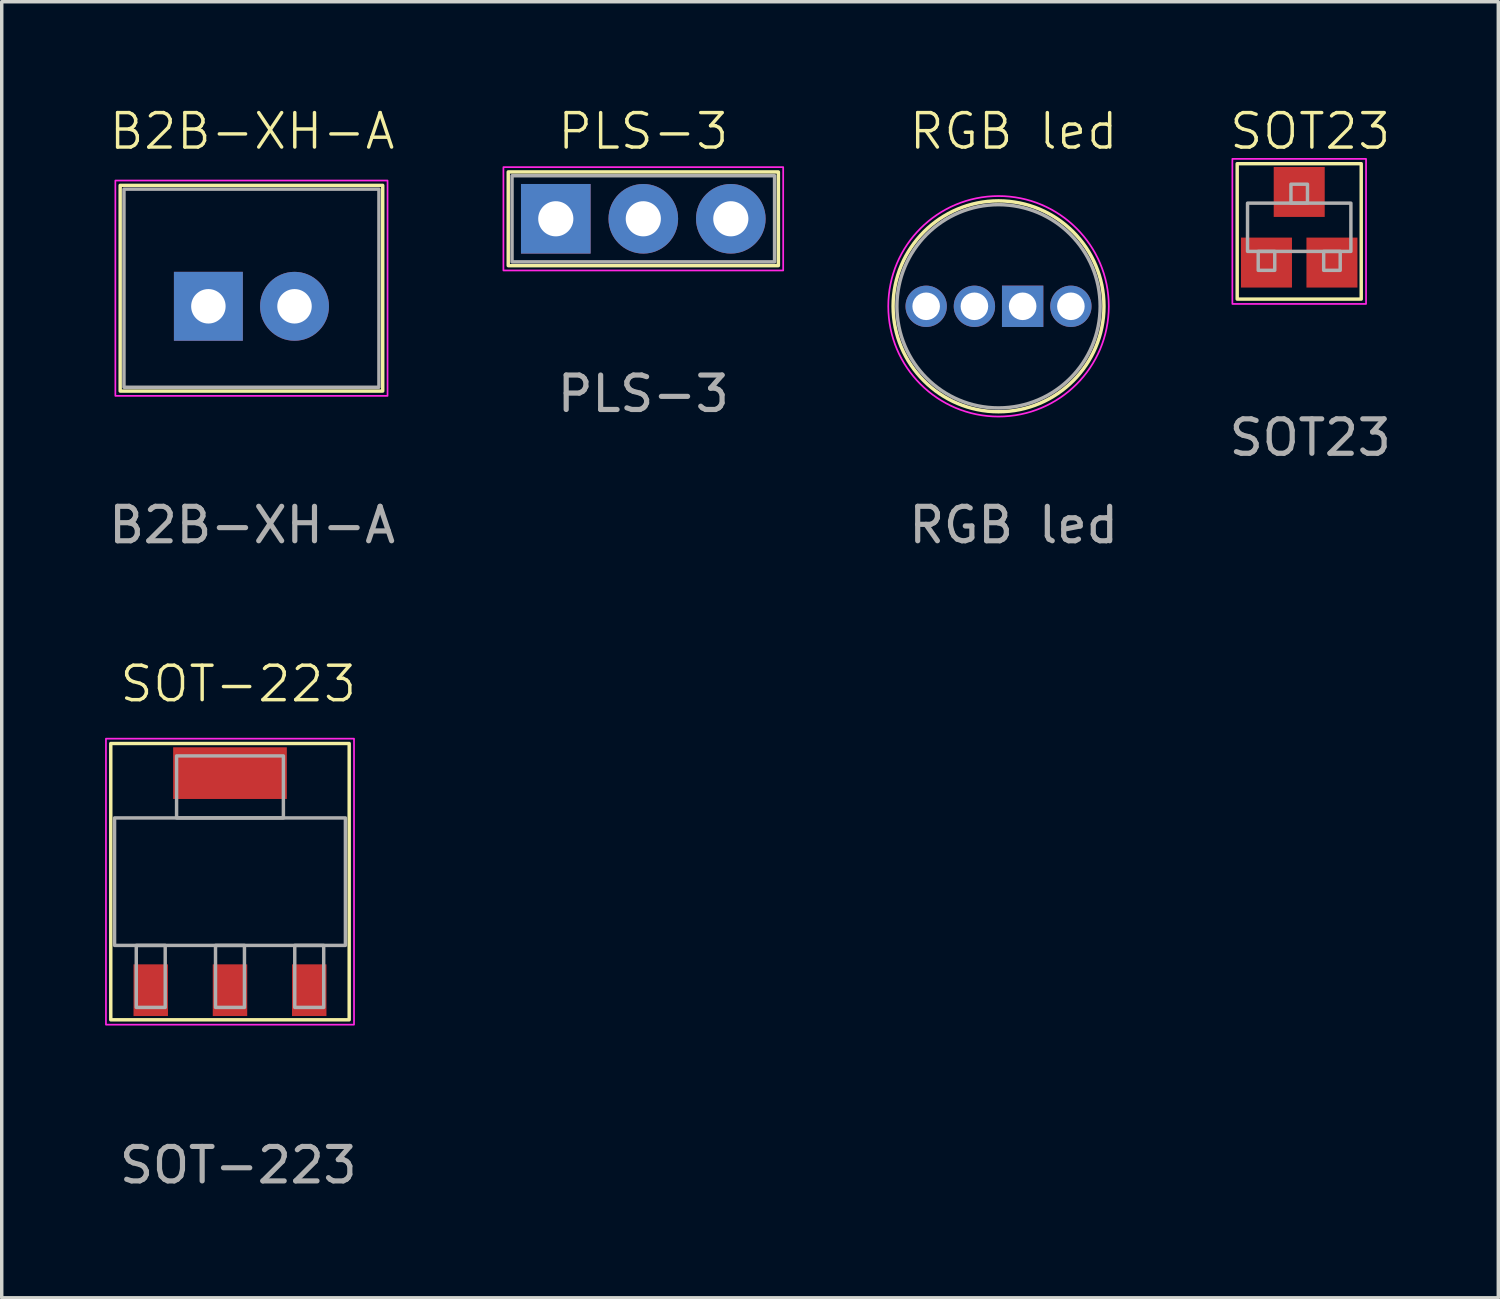
<source format=kicad_pcb>
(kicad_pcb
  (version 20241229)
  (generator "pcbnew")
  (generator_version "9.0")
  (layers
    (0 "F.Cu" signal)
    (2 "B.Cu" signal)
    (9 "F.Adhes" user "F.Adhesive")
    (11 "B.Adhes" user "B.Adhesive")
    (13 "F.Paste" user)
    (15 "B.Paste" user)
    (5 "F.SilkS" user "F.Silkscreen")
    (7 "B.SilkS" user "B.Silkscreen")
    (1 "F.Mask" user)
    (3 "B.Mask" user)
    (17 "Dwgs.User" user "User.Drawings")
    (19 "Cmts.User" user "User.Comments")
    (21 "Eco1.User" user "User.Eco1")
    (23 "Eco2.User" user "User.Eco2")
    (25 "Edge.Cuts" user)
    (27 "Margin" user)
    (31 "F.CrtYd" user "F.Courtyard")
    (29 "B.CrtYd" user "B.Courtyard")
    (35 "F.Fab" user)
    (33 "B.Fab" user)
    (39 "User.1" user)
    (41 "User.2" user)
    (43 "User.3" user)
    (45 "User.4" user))
  (footprint "B2B-XH-A"
    (layer "F.Cu")
    (at 2.998 5.84)
    (property "Reference" "B2B-XH-A" (at 1.27 -5.08 0) (unlocked yes) (layer "F.SilkS") (effects (font (size 1 1) (thickness 0.1))))
    (attr through_hole)
    (fp_rect (start -2.56 -3.51) (end 5.06 2.46) (stroke (width 0.1) (type solid)) (fill no) (layer "F.SilkS"))
    (fp_rect (start -2.7 -3.65) (end 5.2 2.6) (stroke (width 0.05) (type solid)) (fill no) (layer "F.CrtYd"))
    (fp_rect (start -2.45 -3.4) (end 4.95 2.35) (stroke (width 0.1) (type solid)) (fill no) (layer "F.Fab"))
    (fp_text user "${REFERENCE}" (at 1.27 6.35 0) (unlocked yes) (layer "F.Fab") (effects (font (size 1 1) (thickness 0.15))))
    (pad "1" thru_hole rect (at 0 0) (size 2 2) (drill 1) (layers "*.Cu" "*.Mask"))
    (pad "2" thru_hole circle (at 2.5 0) (size 2 2) (drill 1) (layers "*.Cu" "*.Mask")))
  (footprint "SOT-223"
    (layer "F.Cu")
    (at 1.325 25.689)
    (property "Reference" "SOT-223" (at 2.54 -8.89 0) (unlocked yes) (layer "F.SilkS") (effects (font (size 1 1) (thickness 0.1))))
    (attr smd)
    (fp_rect (start -1.16 -7.16) (end 5.76 0.86) (stroke (width 0.1) (type default)) (fill no) (layer "F.SilkS"))
    (fp_rect (start -1.3 -7.3) (end 5.9 1) (stroke (width 0.05) (type solid)) (fill no) (layer "F.CrtYd"))
    (fp_rect (start -1.05 -5) (end 5.65 -1.3) (stroke (width 0.1) (type solid)) (fill no) (layer "F.Fab"))
    (fp_rect (start -0.42 -1.3) (end 0.42 0.5) (stroke (width 0.1) (type solid)) (fill no) (layer "F.Fab"))
    (fp_rect (start 0.75 -6.8) (end 3.85 -5) (stroke (width 0.1) (type solid)) (fill no) (layer "F.Fab"))
    (fp_rect (start 1.88 -1.3) (end 2.72 0.5) (stroke (width 0.1) (type solid)) (fill no) (layer "F.Fab"))
    (fp_rect (start 4.18 -1.3) (end 5.02 0.5) (stroke (width 0.1) (type solid)) (fill no) (layer "F.Fab"))
    (fp_text user "${REFERENCE}" (at 2.54 5.08 0) (unlocked yes) (layer "F.Fab") (effects (font (size 1 1) (thickness 0.15))))
    (pad "1" smd rect (at 0 0) (size 1 1.5) (layers "F.Cu" "F.Mask" "F.Paste"))
    (pad "2" smd rect (at 2.3 0) (size 1 1.5) (layers "F.Cu" "F.Mask" "F.Paste"))
    (pad "3" smd rect (at 4.6 0) (size 1 1.5) (layers "F.Cu" "F.Mask" "F.Paste"))
    (pad "4" smd rect (at 2.3 -6.3) (size 3.3 1.5) (layers "F.Cu" "F.Mask" "F.Paste")))
  (footprint "PLS-3"
    (layer "F.Cu")
    (at 13.081 3.3)
    (property "Reference" "PLS-3" (at 2.54 -2.54 0) (unlocked yes) (layer "F.SilkS") (effects (font (size 1 1) (thickness 0.1))))
    (attr through_hole)
    (fp_rect (start -1.38 -1.36) (end 6.46 1.36) (stroke (width 0.1) (type solid)) (fill no) (layer "F.SilkS"))
    (fp_rect (start -1.52 -1.5) (end 6.6 1.5) (stroke (width 0.05) (type solid)) (fill no) (layer "F.CrtYd"))
    (fp_rect (start -1.27 -1.25) (end 6.35 1.25) (stroke (width 0.1) (type solid)) (fill no) (layer "F.Fab"))
    (fp_text user "${REFERENCE}" (at 2.54 5.08 0) (unlocked yes) (layer "F.Fab") (effects (font (size 1 1) (thickness 0.15))))
    (pad "1" thru_hole rect (at 0 0) (size 2.02 2.02) (drill 1.02) (layers "*.Cu" "*.Mask"))
    (pad "2" thru_hole circle (at 2.54 0) (size 2.02 2.02) (drill 1.02) (layers "*.Cu" "*.Mask"))
    (pad "3" thru_hole circle (at 5.08 0) (size 2.02 2.02) (drill 1.02) (layers "*.Cu" "*.Mask")))
  (footprint "SOT23"
    (layer "F.Cu")
    (at 33.708 4.571)
    (property "Reference" "SOT23" (at 1.27 -3.81 0) (unlocked yes) (layer "F.SilkS") (effects (font (size 1 1) (thickness 0.1))))
    (attr smd)
    (fp_rect (start -0.85 -2.87) (end 2.75 1.06) (stroke (width 0.1) (type solid)) (fill no) (layer "F.SilkS"))
    (fp_rect (start -0.99 -3.01) (end 2.89 1.2) (stroke (width 0.05) (type solid)) (fill no) (layer "F.CrtYd"))
    (fp_rect (start -0.55 -1.725) (end 2.45 -0.325) (stroke (width 0.1) (type solid)) (fill no) (layer "F.Fab"))
    (fp_rect (start -0.24 -0.325) (end 0.24 0.225) (stroke (width 0.1) (type solid)) (fill no) (layer "F.Fab"))
    (fp_rect (start 0.71 -2.275) (end 1.19 -1.725) (stroke (width 0.1) (type solid)) (fill no) (layer "F.Fab"))
    (fp_rect (start 1.66 -0.325) (end 2.14 0.225) (stroke (width 0.1) (type solid)) (fill no) (layer "F.Fab"))
    (fp_text user "${REFERENCE}" (at 1.27 5.08 0) (unlocked yes) (layer "F.Fab") (effects (font (size 1 1) (thickness 0.15))))
    (pad "1" smd rect (at 0 0) (size 1.48 1.45) (layers "F.Cu" "F.Mask" "F.Paste"))
    (pad "2" smd rect (at 1.9 0) (size 1.48 1.45) (layers "F.Cu" "F.Mask" "F.Paste"))
    (pad "3" smd rect (at 0.95 -2.05) (size 1.48 1.45) (layers "F.Cu" "F.Mask" "F.Paste")))
  (footprint "RGB led"
    (layer "F.Cu")
    (at 23.831 5.84)
    (property "Reference" "RGB led" (at 2.54 -5.08 0) (unlocked yes) (layer "F.SilkS") (effects (font (size 1 1) (thickness 0.1))))
    (attr through_hole)
    (fp_circle (center 2.1 0) (end 5.16 0) (stroke (width 0.1) (type solid)) (fill no) (layer "F.SilkS"))
    (fp_circle (center 2.1 0) (end 5.3 0) (stroke (width 0.05) (type solid)) (fill no) (layer "F.CrtYd"))
    (fp_circle (center 2.1 0) (end 5.05 0) (stroke (width 0.1) (type solid)) (fill no) (layer "F.Fab"))
    (fp_text user "${REFERENCE}" (at 2.54 6.35 0) (unlocked yes) (layer "F.Fab") (effects (font (size 1 1) (thickness 0.15))))
    (pad "BLUE" thru_hole circle (at 0 0) (size 1.2 1.2) (drill 0.8) (layers "*.Cu" "*.Mask"))
    (pad "GREEN" thru_hole circle (at 1.4 0) (size 1.2 1.2) (drill 0.8) (layers "*.Cu" "*.Mask"))
    (pad "RED" thru_hole circle (at 4.2 0) (size 1.2 1.2) (drill 0.8) (layers "*.Cu" "*.Mask"))
    (pad "VIN" thru_hole rect (at 2.8 0) (size 1.2 1.2) (drill 0.8) (layers "*.Cu" "*.Mask")))
  (gr_rect
    (start -3 -3)
    (end 40.436 34.617)
    (stroke (width 0.1) (type default))
    (fill no)
    (layer "Edge.Cuts")))
</source>
